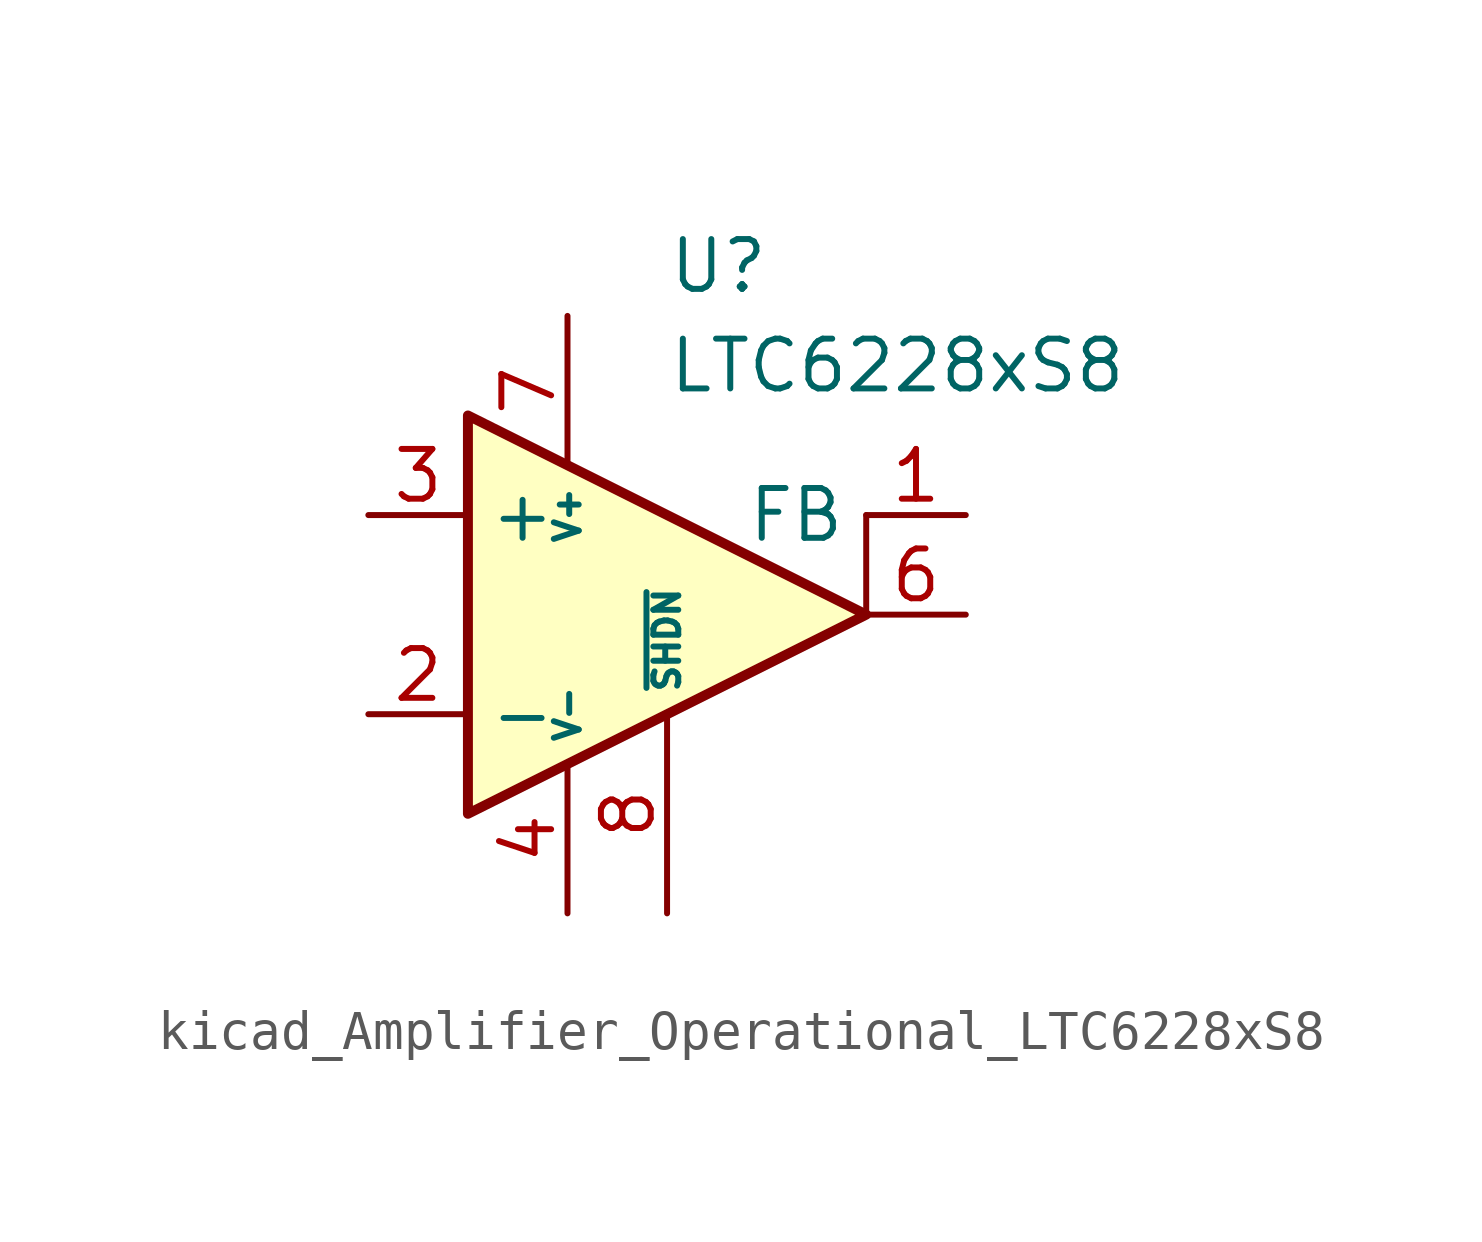
<source format=kicad_sym>
(kicad_symbol_lib
  (version 20220914)
  (generator kicad_symbol_editor)
  (symbol "kicad_Amplifier_Operational_LTC6228xS8"
    (property "Reference" "U"
      (at 0 8.89 0)
      (effects (font (size 1.27 1.27)) (justify left)))
    (property "Value" "LTC6228xS8"
      (at 0 6.35 0)
      (effects (font (size 1.27 1.27)) (justify left)))
    (symbol "kicad_Amplifier_Operational_LTC6228xS8_0_1"
      (polyline (pts (xy 5.08 0) (xy 5.08 2.54)) (stroke (width 0.152) (type default)) (fill (type none)))
      (polyline (pts (xy 5.08 0) (xy -5.08 5.08) (xy -5.08 -5.08) (xy 5.08 0)) (stroke (width 0.254) (type default)) (fill (type background))))
    (symbol "kicad_Amplifier_Operational_LTC6228xS8_1_1"
      (pin output line (at 7.62 2.54 180) (length 2.54) (name "FB" (effects (font (size 1.27 1.27)))) (number "1" (effects (font (size 1.27 1.27)))))
      (pin input line (at -7.62 -2.54 0) (length 2.54) (name "-" (effects (font (size 1.27 1.27)))) (number "2" (effects (font (size 1.27 1.27)))))
      (pin input line (at -7.62 2.54 0) (length 2.54) (name "+" (effects (font (size 1.27 1.27)))) (number "3" (effects (font (size 1.27 1.27)))))
      (pin power_in line (at -2.54 -7.62 90) (length 3.81) (name "V-" (effects (font (size 0.635 0.635)))) (number "4" (effects (font (size 1.27 1.27)))))
      (pin passive line (at -2.54 -7.62 90) (length 3.81) hide (name "V-" (effects (font (size 0.635 0.635)))) (number "5" (effects (font (size 1.27 1.27)))))
      (pin output line (at 7.62 0 180) (length 2.54) (name "~" (effects (font (size 1.27 1.27)))) (number "6" (effects (font (size 1.27 1.27)))))
      (pin power_in line (at -2.54 7.62 270) (length 3.81) (name "V+" (effects (font (size 0.635 0.635)))) (number "7" (effects (font (size 1.27 1.27)))))
      (pin input line (at 0 -7.62 90) (length 5.08) (name "~{SHDN}" (effects (font (size 0.635 0.635)))) (number "8" (effects (font (size 1.27 1.27))))))))
</source>
